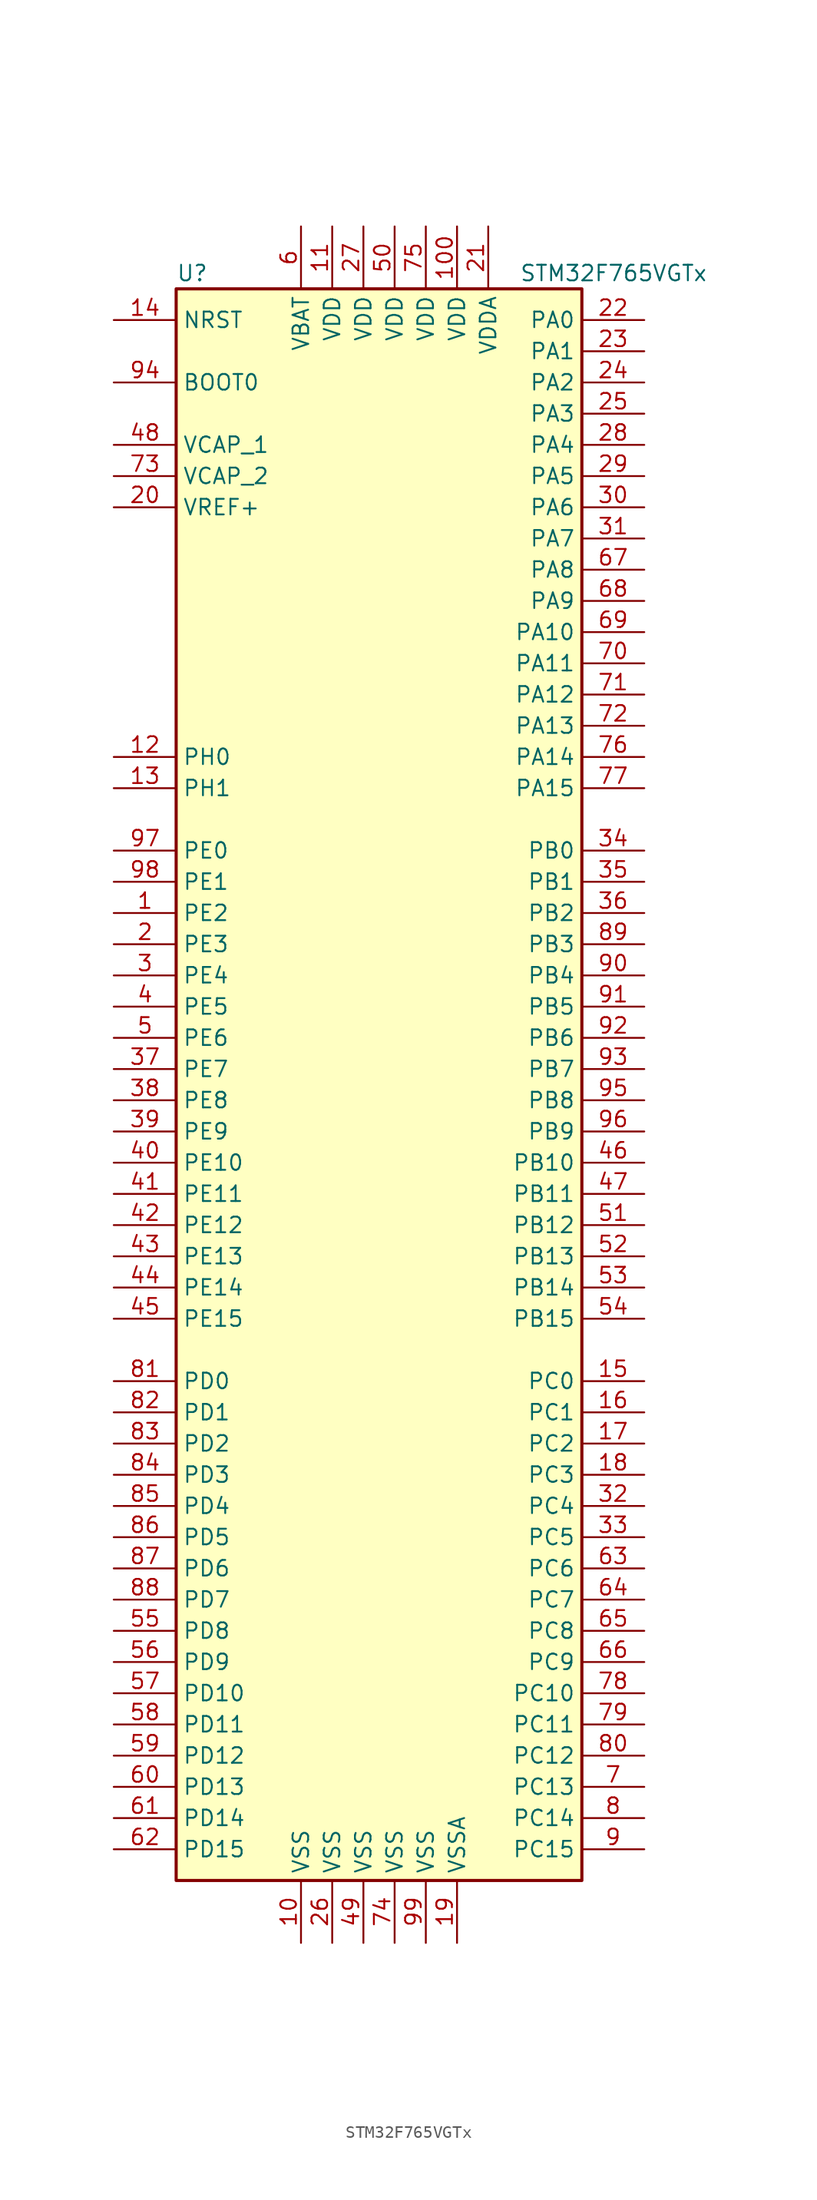
<source format=kicad_sym>
(kicad_symbol_lib
  (version 20201005)
  (generator kicad_symbol_editor)
  (symbol "MCU_ST_STM32F7:STM32F765VGTx"
    (property "Reference" "U"
      (at -17.78 64.77 0)
      (effects (font (size 1.27 1.27)) (justify left)))
    (property "Value" "STM32F765VGTx"
      (at 10.16 64.77 0)
      (effects (font (size 1.27 1.27)) (justify left)))
    (symbol "STM32F765VGTx_0_1"
      (rectangle (start -17.78 -66.04) (end 15.24 63.5) (stroke (width 0.254)) (fill (type background))))
    (symbol "STM32F765VGTx_1_1"
      (pin input line (at -22.86 55.88 0) (length 5.08) (name "BOOT0" (effects (font (size 1.27 1.27)))) (number "94" (effects (font (size 1.27 1.27)))))
      (pin input line (at -22.86 60.96 0) (length 5.08) (name "NRST" (effects (font (size 1.27 1.27)))) (number "14" (effects (font (size 1.27 1.27)))))
      (pin bidirectional line (at 20.32 60.96 180) (length 5.08) (name "PA0" (effects (font (size 1.27 1.27)))) (number "22" (effects (font (size 1.27 1.27)))))
      (pin bidirectional line (at 20.32 58.42 180) (length 5.08) (name "PA1" (effects (font (size 1.27 1.27)))) (number "23" (effects (font (size 1.27 1.27)))))
      (pin bidirectional line (at 20.32 35.56 180) (length 5.08) (name "PA10" (effects (font (size 1.27 1.27)))) (number "69" (effects (font (size 1.27 1.27)))))
      (pin bidirectional line (at 20.32 33.02 180) (length 5.08) (name "PA11" (effects (font (size 1.27 1.27)))) (number "70" (effects (font (size 1.27 1.27)))))
      (pin bidirectional line (at 20.32 30.48 180) (length 5.08) (name "PA12" (effects (font (size 1.27 1.27)))) (number "71" (effects (font (size 1.27 1.27)))))
      (pin bidirectional line (at 20.32 27.94 180) (length 5.08) (name "PA13" (effects (font (size 1.27 1.27)))) (number "72" (effects (font (size 1.27 1.27)))))
      (pin bidirectional line (at 20.32 25.4 180) (length 5.08) (name "PA14" (effects (font (size 1.27 1.27)))) (number "76" (effects (font (size 1.27 1.27)))))
      (pin bidirectional line (at 20.32 22.86 180) (length 5.08) (name "PA15" (effects (font (size 1.27 1.27)))) (number "77" (effects (font (size 1.27 1.27)))))
      (pin bidirectional line (at 20.32 55.88 180) (length 5.08) (name "PA2" (effects (font (size 1.27 1.27)))) (number "24" (effects (font (size 1.27 1.27)))))
      (pin bidirectional line (at 20.32 53.34 180) (length 5.08) (name "PA3" (effects (font (size 1.27 1.27)))) (number "25" (effects (font (size 1.27 1.27)))))
      (pin bidirectional line (at 20.32 50.8 180) (length 5.08) (name "PA4" (effects (font (size 1.27 1.27)))) (number "28" (effects (font (size 1.27 1.27)))))
      (pin bidirectional line (at 20.32 48.26 180) (length 5.08) (name "PA5" (effects (font (size 1.27 1.27)))) (number "29" (effects (font (size 1.27 1.27)))))
      (pin bidirectional line (at 20.32 45.72 180) (length 5.08) (name "PA6" (effects (font (size 1.27 1.27)))) (number "30" (effects (font (size 1.27 1.27)))))
      (pin bidirectional line (at 20.32 43.18 180) (length 5.08) (name "PA7" (effects (font (size 1.27 1.27)))) (number "31" (effects (font (size 1.27 1.27)))))
      (pin bidirectional line (at 20.32 40.64 180) (length 5.08) (name "PA8" (effects (font (size 1.27 1.27)))) (number "67" (effects (font (size 1.27 1.27)))))
      (pin bidirectional line (at 20.32 38.1 180) (length 5.08) (name "PA9" (effects (font (size 1.27 1.27)))) (number "68" (effects (font (size 1.27 1.27)))))
      (pin bidirectional line (at 20.32 17.78 180) (length 5.08) (name "PB0" (effects (font (size 1.27 1.27)))) (number "34" (effects (font (size 1.27 1.27)))))
      (pin bidirectional line (at 20.32 15.24 180) (length 5.08) (name "PB1" (effects (font (size 1.27 1.27)))) (number "35" (effects (font (size 1.27 1.27)))))
      (pin bidirectional line (at 20.32 -7.62 180) (length 5.08) (name "PB10" (effects (font (size 1.27 1.27)))) (number "46" (effects (font (size 1.27 1.27)))))
      (pin bidirectional line (at 20.32 -10.16 180) (length 5.08) (name "PB11" (effects (font (size 1.27 1.27)))) (number "47" (effects (font (size 1.27 1.27)))))
      (pin bidirectional line (at 20.32 -12.7 180) (length 5.08) (name "PB12" (effects (font (size 1.27 1.27)))) (number "51" (effects (font (size 1.27 1.27)))))
      (pin bidirectional line (at 20.32 -15.24 180) (length 5.08) (name "PB13" (effects (font (size 1.27 1.27)))) (number "52" (effects (font (size 1.27 1.27)))))
      (pin bidirectional line (at 20.32 -17.78 180) (length 5.08) (name "PB14" (effects (font (size 1.27 1.27)))) (number "53" (effects (font (size 1.27 1.27)))))
      (pin bidirectional line (at 20.32 -20.32 180) (length 5.08) (name "PB15" (effects (font (size 1.27 1.27)))) (number "54" (effects (font (size 1.27 1.27)))))
      (pin bidirectional line (at 20.32 12.7 180) (length 5.08) (name "PB2" (effects (font (size 1.27 1.27)))) (number "36" (effects (font (size 1.27 1.27)))))
      (pin bidirectional line (at 20.32 10.16 180) (length 5.08) (name "PB3" (effects (font (size 1.27 1.27)))) (number "89" (effects (font (size 1.27 1.27)))))
      (pin bidirectional line (at 20.32 7.62 180) (length 5.08) (name "PB4" (effects (font (size 1.27 1.27)))) (number "90" (effects (font (size 1.27 1.27)))))
      (pin bidirectional line (at 20.32 5.08 180) (length 5.08) (name "PB5" (effects (font (size 1.27 1.27)))) (number "91" (effects (font (size 1.27 1.27)))))
      (pin bidirectional line (at 20.32 2.54 180) (length 5.08) (name "PB6" (effects (font (size 1.27 1.27)))) (number "92" (effects (font (size 1.27 1.27)))))
      (pin bidirectional line (at 20.32 0 180) (length 5.08) (name "PB7" (effects (font (size 1.27 1.27)))) (number "93" (effects (font (size 1.27 1.27)))))
      (pin bidirectional line (at 20.32 -2.54 180) (length 5.08) (name "PB8" (effects (font (size 1.27 1.27)))) (number "95" (effects (font (size 1.27 1.27)))))
      (pin bidirectional line (at 20.32 -5.08 180) (length 5.08) (name "PB9" (effects (font (size 1.27 1.27)))) (number "96" (effects (font (size 1.27 1.27)))))
      (pin bidirectional line (at 20.32 -25.4 180) (length 5.08) (name "PC0" (effects (font (size 1.27 1.27)))) (number "15" (effects (font (size 1.27 1.27)))))
      (pin bidirectional line (at 20.32 -27.94 180) (length 5.08) (name "PC1" (effects (font (size 1.27 1.27)))) (number "16" (effects (font (size 1.27 1.27)))))
      (pin bidirectional line (at 20.32 -50.8 180) (length 5.08) (name "PC10" (effects (font (size 1.27 1.27)))) (number "78" (effects (font (size 1.27 1.27)))))
      (pin bidirectional line (at 20.32 -53.34 180) (length 5.08) (name "PC11" (effects (font (size 1.27 1.27)))) (number "79" (effects (font (size 1.27 1.27)))))
      (pin bidirectional line (at 20.32 -55.88 180) (length 5.08) (name "PC12" (effects (font (size 1.27 1.27)))) (number "80" (effects (font (size 1.27 1.27)))))
      (pin bidirectional line (at 20.32 -58.42 180) (length 5.08) (name "PC13" (effects (font (size 1.27 1.27)))) (number "7" (effects (font (size 1.27 1.27)))))
      (pin bidirectional line (at 20.32 -60.96 180) (length 5.08) (name "PC14" (effects (font (size 1.27 1.27)))) (number "8" (effects (font (size 1.27 1.27)))))
      (pin bidirectional line (at 20.32 -63.5 180) (length 5.08) (name "PC15" (effects (font (size 1.27 1.27)))) (number "9" (effects (font (size 1.27 1.27)))))
      (pin bidirectional line (at 20.32 -30.48 180) (length 5.08) (name "PC2" (effects (font (size 1.27 1.27)))) (number "17" (effects (font (size 1.27 1.27)))))
      (pin bidirectional line (at 20.32 -33.02 180) (length 5.08) (name "PC3" (effects (font (size 1.27 1.27)))) (number "18" (effects (font (size 1.27 1.27)))))
      (pin bidirectional line (at 20.32 -35.56 180) (length 5.08) (name "PC4" (effects (font (size 1.27 1.27)))) (number "32" (effects (font (size 1.27 1.27)))))
      (pin bidirectional line (at 20.32 -38.1 180) (length 5.08) (name "PC5" (effects (font (size 1.27 1.27)))) (number "33" (effects (font (size 1.27 1.27)))))
      (pin bidirectional line (at 20.32 -40.64 180) (length 5.08) (name "PC6" (effects (font (size 1.27 1.27)))) (number "63" (effects (font (size 1.27 1.27)))))
      (pin bidirectional line (at 20.32 -43.18 180) (length 5.08) (name "PC7" (effects (font (size 1.27 1.27)))) (number "64" (effects (font (size 1.27 1.27)))))
      (pin bidirectional line (at 20.32 -45.72 180) (length 5.08) (name "PC8" (effects (font (size 1.27 1.27)))) (number "65" (effects (font (size 1.27 1.27)))))
      (pin bidirectional line (at 20.32 -48.26 180) (length 5.08) (name "PC9" (effects (font (size 1.27 1.27)))) (number "66" (effects (font (size 1.27 1.27)))))
      (pin bidirectional line (at -22.86 -25.4 0) (length 5.08) (name "PD0" (effects (font (size 1.27 1.27)))) (number "81" (effects (font (size 1.27 1.27)))))
      (pin bidirectional line (at -22.86 -27.94 0) (length 5.08) (name "PD1" (effects (font (size 1.27 1.27)))) (number "82" (effects (font (size 1.27 1.27)))))
      (pin bidirectional line (at -22.86 -50.8 0) (length 5.08) (name "PD10" (effects (font (size 1.27 1.27)))) (number "57" (effects (font (size 1.27 1.27)))))
      (pin bidirectional line (at -22.86 -53.34 0) (length 5.08) (name "PD11" (effects (font (size 1.27 1.27)))) (number "58" (effects (font (size 1.27 1.27)))))
      (pin bidirectional line (at -22.86 -55.88 0) (length 5.08) (name "PD12" (effects (font (size 1.27 1.27)))) (number "59" (effects (font (size 1.27 1.27)))))
      (pin bidirectional line (at -22.86 -58.42 0) (length 5.08) (name "PD13" (effects (font (size 1.27 1.27)))) (number "60" (effects (font (size 1.27 1.27)))))
      (pin bidirectional line (at -22.86 -60.96 0) (length 5.08) (name "PD14" (effects (font (size 1.27 1.27)))) (number "61" (effects (font (size 1.27 1.27)))))
      (pin bidirectional line (at -22.86 -63.5 0) (length 5.08) (name "PD15" (effects (font (size 1.27 1.27)))) (number "62" (effects (font (size 1.27 1.27)))))
      (pin bidirectional line (at -22.86 -30.48 0) (length 5.08) (name "PD2" (effects (font (size 1.27 1.27)))) (number "83" (effects (font (size 1.27 1.27)))))
      (pin bidirectional line (at -22.86 -33.02 0) (length 5.08) (name "PD3" (effects (font (size 1.27 1.27)))) (number "84" (effects (font (size 1.27 1.27)))))
      (pin bidirectional line (at -22.86 -35.56 0) (length 5.08) (name "PD4" (effects (font (size 1.27 1.27)))) (number "85" (effects (font (size 1.27 1.27)))))
      (pin bidirectional line (at -22.86 -38.1 0) (length 5.08) (name "PD5" (effects (font (size 1.27 1.27)))) (number "86" (effects (font (size 1.27 1.27)))))
      (pin bidirectional line (at -22.86 -40.64 0) (length 5.08) (name "PD6" (effects (font (size 1.27 1.27)))) (number "87" (effects (font (size 1.27 1.27)))))
      (pin bidirectional line (at -22.86 -43.18 0) (length 5.08) (name "PD7" (effects (font (size 1.27 1.27)))) (number "88" (effects (font (size 1.27 1.27)))))
      (pin bidirectional line (at -22.86 -45.72 0) (length 5.08) (name "PD8" (effects (font (size 1.27 1.27)))) (number "55" (effects (font (size 1.27 1.27)))))
      (pin bidirectional line (at -22.86 -48.26 0) (length 5.08) (name "PD9" (effects (font (size 1.27 1.27)))) (number "56" (effects (font (size 1.27 1.27)))))
      (pin bidirectional line (at -22.86 17.78 0) (length 5.08) (name "PE0" (effects (font (size 1.27 1.27)))) (number "97" (effects (font (size 1.27 1.27)))))
      (pin bidirectional line (at -22.86 15.24 0) (length 5.08) (name "PE1" (effects (font (size 1.27 1.27)))) (number "98" (effects (font (size 1.27 1.27)))))
      (pin bidirectional line (at -22.86 -7.62 0) (length 5.08) (name "PE10" (effects (font (size 1.27 1.27)))) (number "40" (effects (font (size 1.27 1.27)))))
      (pin bidirectional line (at -22.86 -10.16 0) (length 5.08) (name "PE11" (effects (font (size 1.27 1.27)))) (number "41" (effects (font (size 1.27 1.27)))))
      (pin bidirectional line (at -22.86 -12.7 0) (length 5.08) (name "PE12" (effects (font (size 1.27 1.27)))) (number "42" (effects (font (size 1.27 1.27)))))
      (pin bidirectional line (at -22.86 -15.24 0) (length 5.08) (name "PE13" (effects (font (size 1.27 1.27)))) (number "43" (effects (font (size 1.27 1.27)))))
      (pin bidirectional line (at -22.86 -17.78 0) (length 5.08) (name "PE14" (effects (font (size 1.27 1.27)))) (number "44" (effects (font (size 1.27 1.27)))))
      (pin bidirectional line (at -22.86 -20.32 0) (length 5.08) (name "PE15" (effects (font (size 1.27 1.27)))) (number "45" (effects (font (size 1.27 1.27)))))
      (pin bidirectional line (at -22.86 12.7 0) (length 5.08) (name "PE2" (effects (font (size 1.27 1.27)))) (number "1" (effects (font (size 1.27 1.27)))))
      (pin bidirectional line (at -22.86 10.16 0) (length 5.08) (name "PE3" (effects (font (size 1.27 1.27)))) (number "2" (effects (font (size 1.27 1.27)))))
      (pin bidirectional line (at -22.86 7.62 0) (length 5.08) (name "PE4" (effects (font (size 1.27 1.27)))) (number "3" (effects (font (size 1.27 1.27)))))
      (pin bidirectional line (at -22.86 5.08 0) (length 5.08) (name "PE5" (effects (font (size 1.27 1.27)))) (number "4" (effects (font (size 1.27 1.27)))))
      (pin bidirectional line (at -22.86 2.54 0) (length 5.08) (name "PE6" (effects (font (size 1.27 1.27)))) (number "5" (effects (font (size 1.27 1.27)))))
      (pin bidirectional line (at -22.86 0 0) (length 5.08) (name "PE7" (effects (font (size 1.27 1.27)))) (number "37" (effects (font (size 1.27 1.27)))))
      (pin bidirectional line (at -22.86 -2.54 0) (length 5.08) (name "PE8" (effects (font (size 1.27 1.27)))) (number "38" (effects (font (size 1.27 1.27)))))
      (pin bidirectional line (at -22.86 -5.08 0) (length 5.08) (name "PE9" (effects (font (size 1.27 1.27)))) (number "39" (effects (font (size 1.27 1.27)))))
      (pin input line (at -22.86 25.4 0) (length 5.08) (name "PH0" (effects (font (size 1.27 1.27)))) (number "12" (effects (font (size 1.27 1.27)))))
      (pin input line (at -22.86 22.86 0) (length 5.08) (name "PH1" (effects (font (size 1.27 1.27)))) (number "13" (effects (font (size 1.27 1.27)))))
      (pin power_in line (at -7.62 68.58 270) (length 5.08) (name "VBAT" (effects (font (size 1.27 1.27)))) (number "6" (effects (font (size 1.27 1.27)))))
      (pin power_in line (at -22.86 50.8 0) (length 5.08) (name "VCAP_1" (effects (font (size 1.27 1.27)))) (number "48" (effects (font (size 1.27 1.27)))))
      (pin power_in line (at -22.86 48.26 0) (length 5.08) (name "VCAP_2" (effects (font (size 1.27 1.27)))) (number "73" (effects (font (size 1.27 1.27)))))
      (pin power_in line (at 5.08 68.58 270) (length 5.08) (name "VDD" (effects (font (size 1.27 1.27)))) (number "100" (effects (font (size 1.27 1.27)))))
      (pin power_in line (at -5.08 68.58 270) (length 5.08) (name "VDD" (effects (font (size 1.27 1.27)))) (number "11" (effects (font (size 1.27 1.27)))))
      (pin power_in line (at -2.54 68.58 270) (length 5.08) (name "VDD" (effects (font (size 1.27 1.27)))) (number "27" (effects (font (size 1.27 1.27)))))
      (pin power_in line (at 0 68.58 270) (length 5.08) (name "VDD" (effects (font (size 1.27 1.27)))) (number "50" (effects (font (size 1.27 1.27)))))
      (pin power_in line (at 2.54 68.58 270) (length 5.08) (name "VDD" (effects (font (size 1.27 1.27)))) (number "75" (effects (font (size 1.27 1.27)))))
      (pin power_in line (at 7.62 68.58 270) (length 5.08) (name "VDDA" (effects (font (size 1.27 1.27)))) (number "21" (effects (font (size 1.27 1.27)))))
      (pin power_in line (at -22.86 45.72 0) (length 5.08) (name "VREF+" (effects (font (size 1.27 1.27)))) (number "20" (effects (font (size 1.27 1.27)))))
      (pin power_in line (at -7.62 -71.12 90) (length 5.08) (name "VSS" (effects (font (size 1.27 1.27)))) (number "10" (effects (font (size 1.27 1.27)))))
      (pin power_in line (at -5.08 -71.12 90) (length 5.08) (name "VSS" (effects (font (size 1.27 1.27)))) (number "26" (effects (font (size 1.27 1.27)))))
      (pin power_in line (at -2.54 -71.12 90) (length 5.08) (name "VSS" (effects (font (size 1.27 1.27)))) (number "49" (effects (font (size 1.27 1.27)))))
      (pin power_in line (at 0 -71.12 90) (length 5.08) (name "VSS" (effects (font (size 1.27 1.27)))) (number "74" (effects (font (size 1.27 1.27)))))
      (pin power_in line (at 2.54 -71.12 90) (length 5.08) (name "VSS" (effects (font (size 1.27 1.27)))) (number "99" (effects (font (size 1.27 1.27)))))
      (pin power_in line (at 5.08 -71.12 90) (length 5.08) (name "VSSA" (effects (font (size 1.27 1.27)))) (number "19" (effects (font (size 1.27 1.27))))))))
</source>
